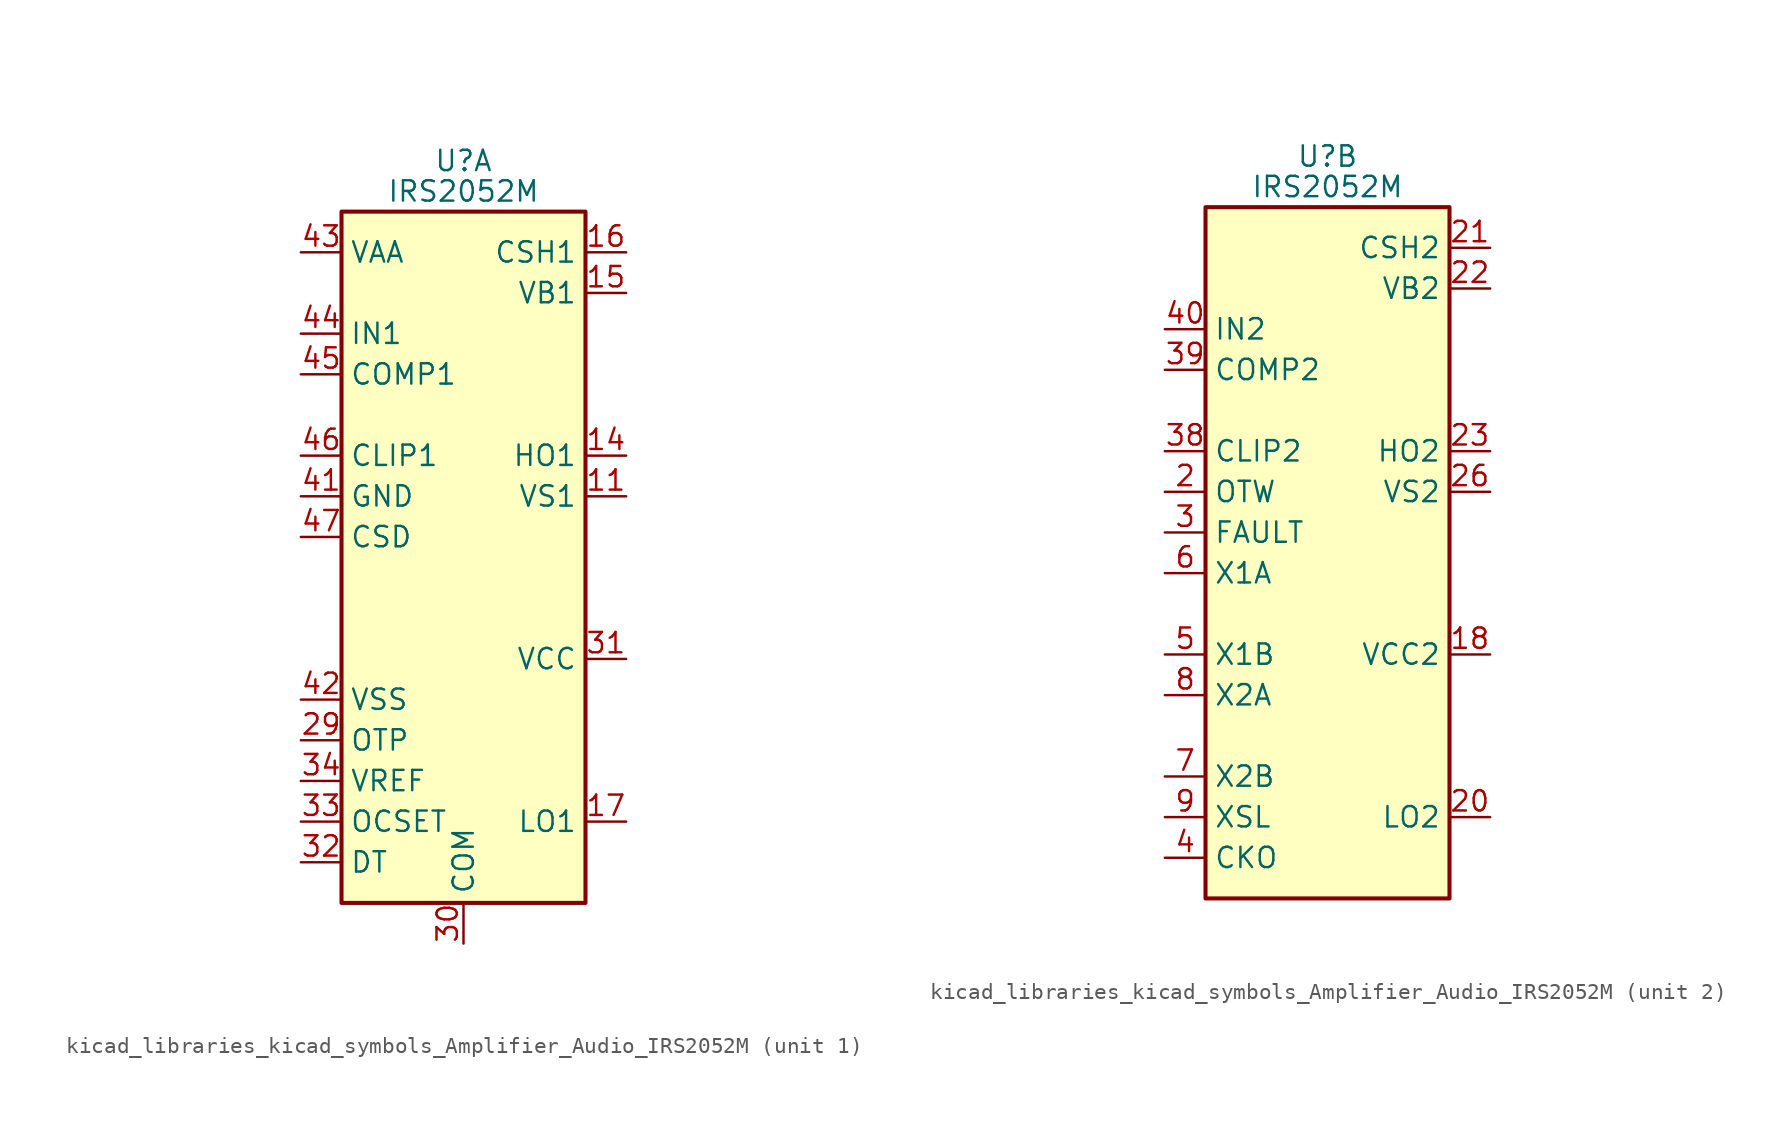
<source format=kicad_sym>
(kicad_symbol_lib
  (version 20220914)
  (generator kicad_symbol_editor)
  (symbol "kicad_libraries_kicad_symbols_Amplifier_Audio_IRS2052M"
    (property "Reference" "U"
      (at 0 26.035 0)
      (effects (font (size 1.27 1.27))))
    (property "Value" "IRS2052M"
      (at 0 24.13 0)
      (effects (font (size 1.27 1.27))))
    (property "ki_locked" ""
      (at 0 0 0)
      (effects (font (size 1.27 1.27))))
    (symbol "kicad_libraries_kicad_symbols_Amplifier_Audio_IRS2052M_0_1"
      (rectangle (start -7.62 -20.32) (end 7.62 22.86) (stroke (width 0.254) (type default)) (fill (type background))))
    (symbol "kicad_libraries_kicad_symbols_Amplifier_Audio_IRS2052M_1_1"
      (pin no_connect line (at -7.62 17.78 0) (length 2.54) hide (name "NC" (effects (font (size 1.27 1.27)))) (number "1" (effects (font (size 1.27 1.27)))))
      (pin no_connect line (at -7.62 10.16 0) (length 2.54) hide (name "NC" (effects (font (size 1.27 1.27)))) (number "10" (effects (font (size 1.27 1.27)))))
      (pin passive line (at 10.16 5.08 180) (length 2.54) (name "VS1" (effects (font (size 1.27 1.27)))) (number "11" (effects (font (size 1.27 1.27)))))
      (pin no_connect line (at -7.62 0 0) (length 2.54) hide (name "NC" (effects (font (size 1.27 1.27)))) (number "12" (effects (font (size 1.27 1.27)))))
      (pin no_connect line (at -7.62 -2.54 0) (length 2.54) hide (name "NC" (effects (font (size 1.27 1.27)))) (number "13" (effects (font (size 1.27 1.27)))))
      (pin output line (at 10.16 7.62 180) (length 2.54) (name "HO1" (effects (font (size 1.27 1.27)))) (number "14" (effects (font (size 1.27 1.27)))))
      (pin power_in line (at 10.16 17.78 180) (length 2.54) (name "VB1" (effects (font (size 1.27 1.27)))) (number "15" (effects (font (size 1.27 1.27)))))
      (pin passive line (at 10.16 20.32 180) (length 2.54) (name "CSH1" (effects (font (size 1.27 1.27)))) (number "16" (effects (font (size 1.27 1.27)))))
      (pin output line (at 10.16 -15.24 180) (length 2.54) (name "LO1" (effects (font (size 1.27 1.27)))) (number "17" (effects (font (size 1.27 1.27)))))
      (pin passive line (at 0 -22.86 90) (length 2.54) hide (name "COM" (effects (font (size 1.27 1.27)))) (number "19" (effects (font (size 1.27 1.27)))))
      (pin no_connect line (at -7.62 -5.08 0) (length 2.54) hide (name "NC" (effects (font (size 1.27 1.27)))) (number "24" (effects (font (size 1.27 1.27)))))
      (pin no_connect line (at 7.62 15.24 180) (length 2.54) hide (name "NC" (effects (font (size 1.27 1.27)))) (number "25" (effects (font (size 1.27 1.27)))))
      (pin no_connect line (at 7.62 12.7 180) (length 2.54) hide (name "NC" (effects (font (size 1.27 1.27)))) (number "27" (effects (font (size 1.27 1.27)))))
      (pin no_connect line (at 7.62 10.16 180) (length 2.54) hide (name "NC" (effects (font (size 1.27 1.27)))) (number "28" (effects (font (size 1.27 1.27)))))
      (pin passive line (at -10.16 -10.16 0) (length 2.54) (name "OTP" (effects (font (size 1.27 1.27)))) (number "29" (effects (font (size 1.27 1.27)))))
      (pin power_in line (at 0 -22.86 90) (length 2.54) (name "COM" (effects (font (size 1.27 1.27)))) (number "30" (effects (font (size 1.27 1.27)))))
      (pin power_in line (at 10.16 -5.08 180) (length 2.54) (name "VCC" (effects (font (size 1.27 1.27)))) (number "31" (effects (font (size 1.27 1.27)))))
      (pin passive line (at -10.16 -17.78 0) (length 2.54) (name "DT" (effects (font (size 1.27 1.27)))) (number "32" (effects (font (size 1.27 1.27)))))
      (pin passive line (at -10.16 -15.24 0) (length 2.54) (name "OCSET" (effects (font (size 1.27 1.27)))) (number "33" (effects (font (size 1.27 1.27)))))
      (pin power_out line (at -10.16 -12.7 0) (length 2.54) (name "VREF" (effects (font (size 1.27 1.27)))) (number "34" (effects (font (size 1.27 1.27)))))
      (pin no_connect line (at 7.62 2.54 180) (length 2.54) hide (name "NC" (effects (font (size 1.27 1.27)))) (number "35" (effects (font (size 1.27 1.27)))))
      (pin no_connect line (at 7.62 0 180) (length 2.54) hide (name "NC" (effects (font (size 1.27 1.27)))) (number "36" (effects (font (size 1.27 1.27)))))
      (pin no_connect line (at 7.62 -2.54 180) (length 2.54) hide (name "NC" (effects (font (size 1.27 1.27)))) (number "37" (effects (font (size 1.27 1.27)))))
      (pin power_in line (at -10.16 5.08 0) (length 2.54) (name "GND" (effects (font (size 1.27 1.27)))) (number "41" (effects (font (size 1.27 1.27)))))
      (pin power_in line (at -10.16 -7.62 0) (length 2.54) (name "VSS" (effects (font (size 1.27 1.27)))) (number "42" (effects (font (size 1.27 1.27)))))
      (pin power_in line (at -10.16 20.32 0) (length 2.54) (name "VAA" (effects (font (size 1.27 1.27)))) (number "43" (effects (font (size 1.27 1.27)))))
      (pin input line (at -10.16 15.24 0) (length 2.54) (name "IN1" (effects (font (size 1.27 1.27)))) (number "44" (effects (font (size 1.27 1.27)))))
      (pin output line (at -10.16 12.7 0) (length 2.54) (name "COMP1" (effects (font (size 1.27 1.27)))) (number "45" (effects (font (size 1.27 1.27)))))
      (pin open_collector line (at -10.16 7.62 0) (length 2.54) (name "CLIP1" (effects (font (size 1.27 1.27)))) (number "46" (effects (font (size 1.27 1.27)))))
      (pin passive line (at -10.16 2.54 0) (length 2.54) (name "CSD" (effects (font (size 1.27 1.27)))) (number "47" (effects (font (size 1.27 1.27)))))
      (pin no_connect line (at 7.62 -7.62 180) (length 2.54) hide (name "NC" (effects (font (size 1.27 1.27)))) (number "48" (effects (font (size 1.27 1.27)))))
      (pin passive line (at 0 -22.86 90) (length 2.54) hide (name "COM" (effects (font (size 1.27 1.27)))) (number "49" (effects (font (size 1.27 1.27))))))
    (symbol "kicad_libraries_kicad_symbols_Amplifier_Audio_IRS2052M_2_1"
      (pin power_in line (at 10.16 -5.08 180) (length 2.54) (name "VCC2" (effects (font (size 1.27 1.27)))) (number "18" (effects (font (size 1.27 1.27)))))
      (pin open_collector line (at -10.16 5.08 0) (length 2.54) (name "OTW" (effects (font (size 1.27 1.27)))) (number "2" (effects (font (size 1.27 1.27)))))
      (pin output line (at 10.16 -15.24 180) (length 2.54) (name "LO2" (effects (font (size 1.27 1.27)))) (number "20" (effects (font (size 1.27 1.27)))))
      (pin passive line (at 10.16 20.32 180) (length 2.54) (name "CSH2" (effects (font (size 1.27 1.27)))) (number "21" (effects (font (size 1.27 1.27)))))
      (pin power_in line (at 10.16 17.78 180) (length 2.54) (name "VB2" (effects (font (size 1.27 1.27)))) (number "22" (effects (font (size 1.27 1.27)))))
      (pin output line (at 10.16 7.62 180) (length 2.54) (name "HO2" (effects (font (size 1.27 1.27)))) (number "23" (effects (font (size 1.27 1.27)))))
      (pin passive line (at 10.16 5.08 180) (length 2.54) (name "VS2" (effects (font (size 1.27 1.27)))) (number "26" (effects (font (size 1.27 1.27)))))
      (pin open_collector line (at -10.16 2.54 0) (length 2.54) (name "FAULT" (effects (font (size 1.27 1.27)))) (number "3" (effects (font (size 1.27 1.27)))))
      (pin open_collector line (at -10.16 7.62 0) (length 2.54) (name "CLIP2" (effects (font (size 1.27 1.27)))) (number "38" (effects (font (size 1.27 1.27)))))
      (pin output line (at -10.16 12.7 0) (length 2.54) (name "COMP2" (effects (font (size 1.27 1.27)))) (number "39" (effects (font (size 1.27 1.27)))))
      (pin output line (at -10.16 -17.78 0) (length 2.54) (name "CKO" (effects (font (size 1.27 1.27)))) (number "4" (effects (font (size 1.27 1.27)))))
      (pin input line (at -10.16 15.24 0) (length 2.54) (name "IN2" (effects (font (size 1.27 1.27)))) (number "40" (effects (font (size 1.27 1.27)))))
      (pin output line (at -10.16 -5.08 0) (length 2.54) (name "X1B" (effects (font (size 1.27 1.27)))) (number "5" (effects (font (size 1.27 1.27)))))
      (pin input line (at -10.16 0 0) (length 2.54) (name "X1A" (effects (font (size 1.27 1.27)))) (number "6" (effects (font (size 1.27 1.27)))))
      (pin output line (at -10.16 -12.7 0) (length 2.54) (name "X2B" (effects (font (size 1.27 1.27)))) (number "7" (effects (font (size 1.27 1.27)))))
      (pin input line (at -10.16 -7.62 0) (length 2.54) (name "X2A" (effects (font (size 1.27 1.27)))) (number "8" (effects (font (size 1.27 1.27)))))
      (pin input line (at -10.16 -15.24 0) (length 2.54) (name "XSL" (effects (font (size 1.27 1.27)))) (number "9" (effects (font (size 1.27 1.27))))))))
</source>
